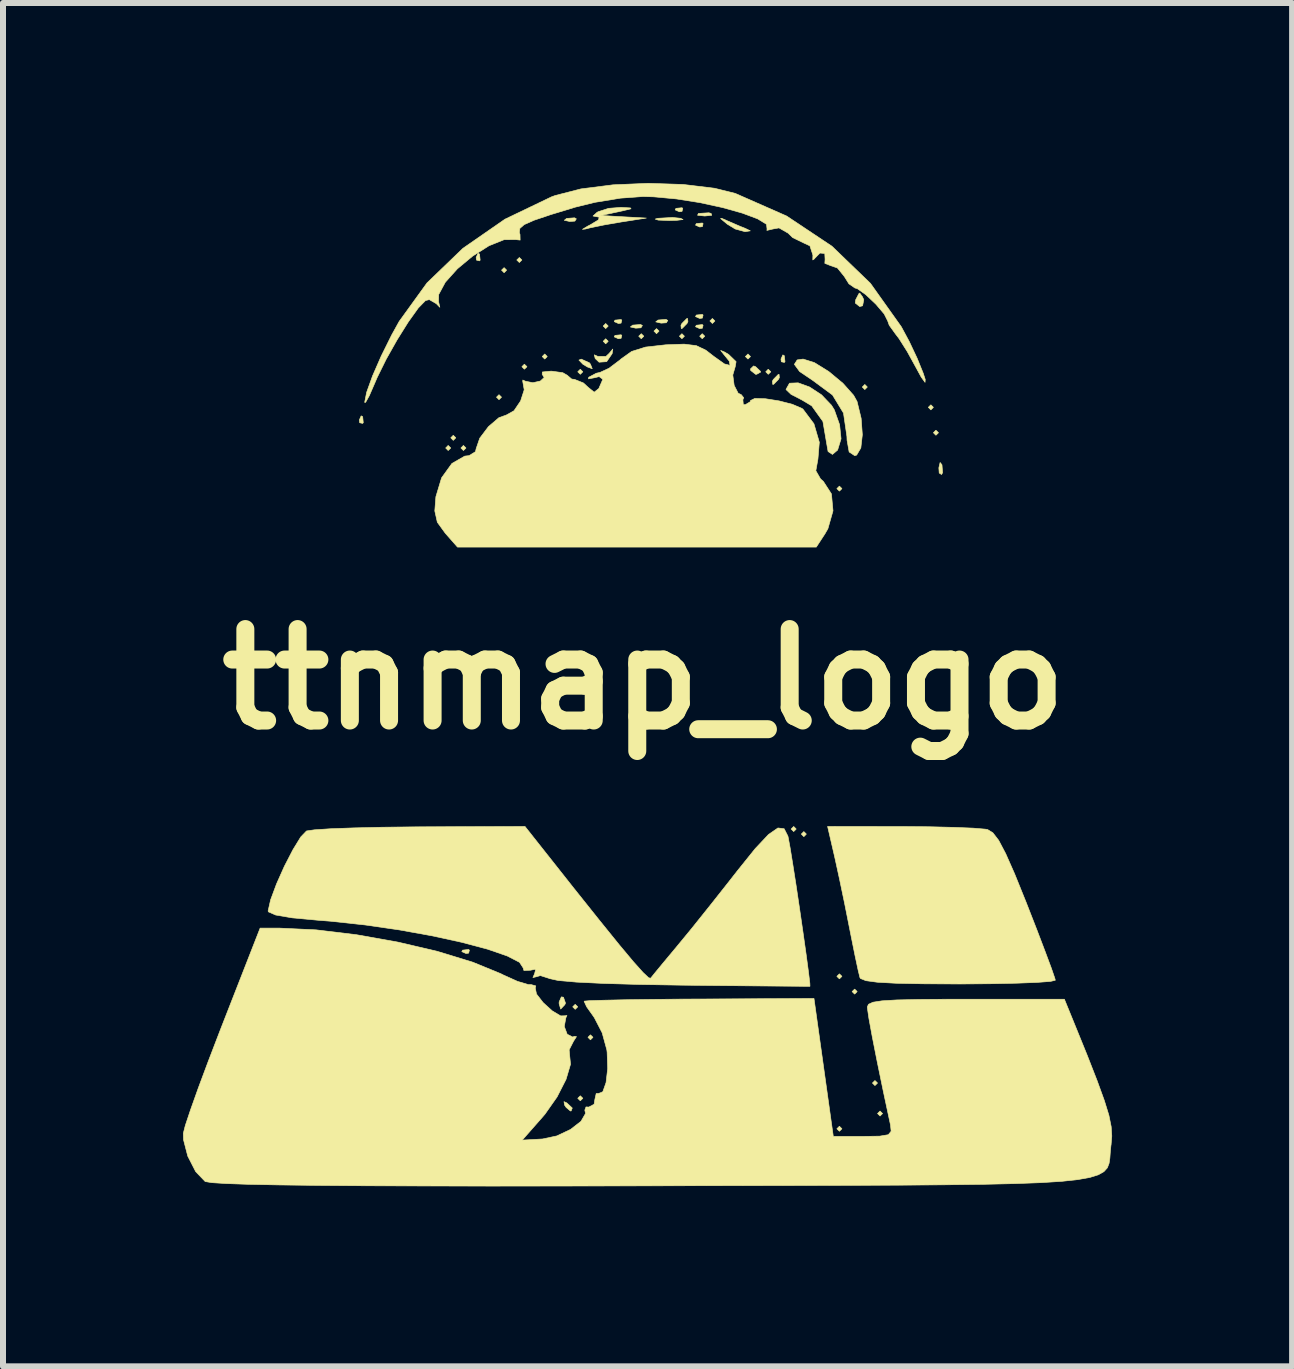
<source format=kicad_pcb>
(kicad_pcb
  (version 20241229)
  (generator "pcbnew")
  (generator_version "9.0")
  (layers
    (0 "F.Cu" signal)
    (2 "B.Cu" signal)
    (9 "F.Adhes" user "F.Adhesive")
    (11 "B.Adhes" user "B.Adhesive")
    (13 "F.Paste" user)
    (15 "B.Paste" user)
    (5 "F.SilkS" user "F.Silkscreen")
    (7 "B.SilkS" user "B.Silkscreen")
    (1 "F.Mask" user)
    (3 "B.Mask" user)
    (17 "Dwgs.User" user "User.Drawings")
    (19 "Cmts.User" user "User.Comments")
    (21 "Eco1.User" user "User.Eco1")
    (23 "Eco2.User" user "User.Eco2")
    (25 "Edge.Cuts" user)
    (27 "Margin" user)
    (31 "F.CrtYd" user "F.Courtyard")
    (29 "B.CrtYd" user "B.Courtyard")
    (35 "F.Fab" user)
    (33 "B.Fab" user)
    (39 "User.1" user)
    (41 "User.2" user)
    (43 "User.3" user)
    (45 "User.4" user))
  (footprint "ttnmap_logo"
    (layer "F.Cu")
    (at 7.679 8.268)
    (property "Reference" "ttnmap_logo" (at 0 0 0) (layer "F.SilkS") (effects (font (size 1.524 1.524) (thickness 0.3))))
    (attr through_hole)
    (fp_poly (pts (xy -3.217 -3.852) (xy -3.26 -3.81) (xy -3.302 -3.852) (xy -3.26 -3.895) (xy -3.217 -3.852)) (stroke (width 0.01) (type solid)) (fill yes) (layer "F.SilkS"))
    (fp_poly (pts (xy -3.133 -4.022) (xy -3.175 -3.979) (xy -3.217 -4.022) (xy -3.175 -4.064) (xy -3.133 -4.022)) (stroke (width 0.01) (type solid)) (fill yes) (layer "F.SilkS"))
    (fp_poly (pts (xy -2.963 -3.852) (xy -3.006 -3.81) (xy -3.048 -3.852) (xy -3.006 -3.895) (xy -2.963 -3.852)) (stroke (width 0.01) (type solid)) (fill yes) (layer "F.SilkS"))
    (fp_poly (pts (xy -2.371 -4.699) (xy -2.413 -4.657) (xy -2.455 -4.699) (xy -2.413 -4.741) (xy -2.371 -4.699)) (stroke (width 0.01) (type solid)) (fill yes) (layer "F.SilkS"))
    (fp_poly (pts (xy -2.286 -6.816) (xy -2.328 -6.773) (xy -2.371 -6.816) (xy -2.328 -6.858) (xy -2.286 -6.816)) (stroke (width 0.01) (type solid)) (fill yes) (layer "F.SilkS"))
    (fp_poly (pts (xy -2.032 -6.985) (xy -2.074 -6.943) (xy -2.117 -6.985) (xy -2.074 -7.027) (xy -2.032 -6.985)) (stroke (width 0.01) (type solid)) (fill yes) (layer "F.SilkS"))
    (fp_poly (pts (xy -1.947 -5.207) (xy -1.99 -5.165) (xy -2.032 -5.207) (xy -1.99 -5.249) (xy -1.947 -5.207)) (stroke (width 0.01) (type solid)) (fill yes) (layer "F.SilkS"))
    (fp_poly (pts (xy -1.609 -5.376) (xy -1.651 -5.334) (xy -1.693 -5.376) (xy -1.651 -5.419) (xy -1.609 -5.376)) (stroke (width 0.01) (type solid)) (fill yes) (layer "F.SilkS"))
    (fp_poly (pts (xy -1.101 5.461) (xy -1.143 5.503) (xy -1.185 5.461) (xy -1.143 5.419) (xy -1.101 5.461)) (stroke (width 0.01) (type solid)) (fill yes) (layer "F.SilkS"))
    (fp_poly (pts (xy -1.016 -5.122) (xy -1.058 -5.08) (xy -1.101 -5.122) (xy -1.058 -5.165) (xy -1.016 -5.122)) (stroke (width 0.01) (type solid)) (fill yes) (layer "F.SilkS"))
    (fp_poly (pts (xy -1.016 6.985) (xy -1.058 7.027) (xy -1.101 6.985) (xy -1.058 6.943) (xy -1.016 6.985)) (stroke (width 0.01) (type solid)) (fill yes) (layer "F.SilkS"))
    (fp_poly (pts (xy -0.847 5.969) (xy -0.889 6.011) (xy -0.931 5.969) (xy -0.889 5.927) (xy -0.847 5.969)) (stroke (width 0.01) (type solid)) (fill yes) (layer "F.SilkS"))
    (fp_poly (pts (xy -0.593 -5.884) (xy -0.635 -5.842) (xy -0.677 -5.884) (xy -0.635 -5.927) (xy -0.593 -5.884)) (stroke (width 0.01) (type solid)) (fill yes) (layer "F.SilkS"))
    (fp_poly (pts (xy -0.593 -5.63) (xy -0.635 -5.588) (xy -0.677 -5.63) (xy -0.635 -5.673) (xy -0.593 -5.63)) (stroke (width 0.01) (type solid)) (fill yes) (layer "F.SilkS"))
    (fp_poly (pts (xy 0 -5.715) (xy -0.042 -5.673) (xy -0.085 -5.715) (xy -0.042 -5.757) (xy 0 -5.715)) (stroke (width 0.01) (type solid)) (fill yes) (layer "F.SilkS"))
    (fp_poly (pts (xy 0.254 -5.8) (xy 0.212 -5.757) (xy 0.169 -5.8) (xy 0.212 -5.842) (xy 0.254 -5.8)) (stroke (width 0.01) (type solid)) (fill yes) (layer "F.SilkS"))
    (fp_poly (pts (xy 0.677 -5.715) (xy 0.635 -5.673) (xy 0.593 -5.715) (xy 0.635 -5.757) (xy 0.677 -5.715)) (stroke (width 0.01) (type solid)) (fill yes) (layer "F.SilkS"))
    (fp_poly (pts (xy 1.016 -5.715) (xy 0.974 -5.673) (xy 0.931 -5.715) (xy 0.974 -5.757) (xy 1.016 -5.715)) (stroke (width 0.01) (type solid)) (fill yes) (layer "F.SilkS"))
    (fp_poly (pts (xy 1.185 -5.969) (xy 1.143 -5.927) (xy 1.101 -5.969) (xy 1.143 -6.011) (xy 1.185 -5.969)) (stroke (width 0.01) (type solid)) (fill yes) (layer "F.SilkS"))
    (fp_poly (pts (xy 1.778 -5.376) (xy 1.736 -5.334) (xy 1.693 -5.376) (xy 1.736 -5.419) (xy 1.778 -5.376)) (stroke (width 0.01) (type solid)) (fill yes) (layer "F.SilkS"))
    (fp_poly (pts (xy 2.117 -5.122) (xy 2.074 -5.08) (xy 2.032 -5.122) (xy 2.074 -5.165) (xy 2.117 -5.122)) (stroke (width 0.01) (type solid)) (fill yes) (layer "F.SilkS"))
    (fp_poly (pts (xy 2.54 2.498) (xy 2.498 2.54) (xy 2.455 2.498) (xy 2.498 2.455) (xy 2.54 2.498)) (stroke (width 0.01) (type solid)) (fill yes) (layer "F.SilkS"))
    (fp_poly (pts (xy 2.709 2.582) (xy 2.667 2.625) (xy 2.625 2.582) (xy 2.667 2.54) (xy 2.709 2.582)) (stroke (width 0.01) (type solid)) (fill yes) (layer "F.SilkS"))
    (fp_poly (pts (xy 3.302 -3.175) (xy 3.26 -3.133) (xy 3.217 -3.175) (xy 3.26 -3.217) (xy 3.302 -3.175)) (stroke (width 0.01) (type solid)) (fill yes) (layer "F.SilkS"))
    (fp_poly (pts (xy 3.302 4.953) (xy 3.26 4.995) (xy 3.217 4.953) (xy 3.26 4.911) (xy 3.302 4.953)) (stroke (width 0.01) (type solid)) (fill yes) (layer "F.SilkS"))
    (fp_poly (pts (xy 3.302 7.493) (xy 3.26 7.535) (xy 3.217 7.493) (xy 3.26 7.451) (xy 3.302 7.493)) (stroke (width 0.01) (type solid)) (fill yes) (layer "F.SilkS"))
    (fp_poly (pts (xy 3.556 5.207) (xy 3.514 5.249) (xy 3.471 5.207) (xy 3.514 5.165) (xy 3.556 5.207)) (stroke (width 0.01) (type solid)) (fill yes) (layer "F.SilkS"))
    (fp_poly (pts (xy 3.725 -4.868) (xy 3.683 -4.826) (xy 3.641 -4.868) (xy 3.683 -4.911) (xy 3.725 -4.868)) (stroke (width 0.01) (type solid)) (fill yes) (layer "F.SilkS"))
    (fp_poly (pts (xy 3.895 6.731) (xy 3.852 6.773) (xy 3.81 6.731) (xy 3.852 6.689) (xy 3.895 6.731)) (stroke (width 0.01) (type solid)) (fill yes) (layer "F.SilkS"))
    (fp_poly (pts (xy 3.979 7.239) (xy 3.937 7.281) (xy 3.895 7.239) (xy 3.937 7.197) (xy 3.979 7.239)) (stroke (width 0.01) (type solid)) (fill yes) (layer "F.SilkS"))
    (fp_poly (pts (xy 4.826 -4.53) (xy 4.784 -4.487) (xy 4.741 -4.53) (xy 4.784 -4.572) (xy 4.826 -4.53)) (stroke (width 0.01) (type solid)) (fill yes) (layer "F.SilkS"))
    (fp_poly (pts (xy 4.911 -4.106) (xy 4.868 -4.064) (xy 4.826 -4.106) (xy 4.868 -4.149) (xy 4.911 -4.106)) (stroke (width 0.01) (type solid)) (fill yes) (layer "F.SilkS"))
    (fp_poly (pts (xy -4.685 -4.374) (xy -4.675 -4.274) (xy -4.685 -4.262) (xy -4.735 -4.273) (xy -4.741 -4.318) (xy -4.71 -4.388) (xy -4.685 -4.374)) (stroke (width 0.01) (type solid)) (fill yes) (layer "F.SilkS"))
    (fp_poly (pts (xy -2.907 4.516) (xy -2.919 4.566) (xy -2.963 4.572) (xy -3.033 4.541) (xy -3.02 4.516) (xy -2.919 4.505) (xy -2.907 4.516)) (stroke (width 0.01) (type solid)) (fill yes) (layer "F.SilkS"))
    (fp_poly (pts (xy -2.738 -7.084) (xy -2.727 -6.983) (xy -2.738 -6.971) (xy -2.788 -6.983) (xy -2.794 -7.027) (xy -2.763 -7.097) (xy -2.738 -7.084)) (stroke (width 0.01) (type solid)) (fill yes) (layer "F.SilkS"))
    (fp_poly (pts (xy -1.124 -7.671) (xy -1.149 -7.633) (xy -1.235 -7.627) (xy -1.325 -7.647) (xy -1.286 -7.678) (xy -1.154 -7.688) (xy -1.124 -7.671)) (stroke (width 0.01) (type solid)) (fill yes) (layer "F.SilkS"))
    (fp_poly (pts (xy -0.367 -5.983) (xy -0.379 -5.933) (xy -0.423 -5.927) (xy -0.493 -5.958) (xy -0.48 -5.983) (xy -0.379 -5.993) (xy -0.367 -5.983)) (stroke (width 0.01) (type solid)) (fill yes) (layer "F.SilkS"))
    (fp_poly (pts (xy -0.367 -5.729) (xy -0.379 -5.679) (xy -0.423 -5.673) (xy -0.493 -5.704) (xy -0.48 -5.729) (xy -0.379 -5.739) (xy -0.367 -5.729)) (stroke (width 0.01) (type solid)) (fill yes) (layer "F.SilkS"))
    (fp_poly (pts (xy -0.023 -5.893) (xy -0.048 -5.855) (xy -0.134 -5.849) (xy -0.224 -5.869) (xy -0.185 -5.9) (xy -0.053 -5.91) (xy -0.023 -5.893)) (stroke (width 0.01) (type solid)) (fill yes) (layer "F.SilkS"))
    (fp_poly (pts (xy 0.4 -5.978) (xy 0.375 -5.939) (xy 0.289 -5.933) (xy 0.199 -5.954) (xy 0.238 -5.985) (xy 0.37 -5.995) (xy 0.4 -5.978)) (stroke (width 0.01) (type solid)) (fill yes) (layer "F.SilkS"))
    (fp_poly (pts (xy 0.649 -7.846) (xy 0.637 -7.795) (xy 0.593 -7.789) (xy 0.523 -7.82) (xy 0.536 -7.846) (xy 0.637 -7.856) (xy 0.649 -7.846)) (stroke (width 0.01) (type solid)) (fill yes) (layer "F.SilkS"))
    (fp_poly (pts (xy 0.988 -7.592) (xy 0.976 -7.541) (xy 0.931 -7.535) (xy 0.862 -7.566) (xy 0.875 -7.592) (xy 0.975 -7.602) (xy 0.988 -7.592)) (stroke (width 0.01) (type solid)) (fill yes) (layer "F.SilkS"))
    (fp_poly (pts (xy 0.988 -6.068) (xy 0.976 -6.017) (xy 0.931 -6.011) (xy 0.862 -6.042) (xy 0.875 -6.068) (xy 0.975 -6.078) (xy 0.988 -6.068)) (stroke (width 0.01) (type solid)) (fill yes) (layer "F.SilkS"))
    (fp_poly (pts (xy 0.988 -5.898) (xy 0.976 -5.848) (xy 0.931 -5.842) (xy 0.862 -5.873) (xy 0.875 -5.898) (xy 0.975 -5.909) (xy 0.988 -5.898)) (stroke (width 0.01) (type solid)) (fill yes) (layer "F.SilkS"))
    (fp_poly (pts (xy 1.122 -7.761) (xy 1.132 -7.73) (xy 1.016 -7.718) (xy 0.896 -7.731) (xy 0.91 -7.761) (xy 1.084 -7.772) (xy 1.122 -7.761)) (stroke (width 0.01) (type solid)) (fill yes) (layer "F.SilkS"))
    (fp_poly (pts (xy 2.342 -5.39) (xy 2.353 -5.29) (xy 2.342 -5.278) (xy 2.292 -5.289) (xy 2.286 -5.334) (xy 2.317 -5.404) (xy 2.342 -5.39)) (stroke (width 0.01) (type solid)) (fill yes) (layer "F.SilkS"))
    (fp_poly (pts (xy 4.969 -3.572) (xy 4.979 -3.44) (xy 4.962 -3.41) (xy 4.923 -3.435) (xy 4.917 -3.521) (xy 4.938 -3.611) (xy 4.969 -3.572)) (stroke (width 0.01) (type solid)) (fill yes) (layer "F.SilkS"))
    (fp_poly (pts (xy -1.339 5.301) (xy -1.305 5.399) (xy -1.316 5.425) (xy -1.385 5.498) (xy -1.411 5.411) (xy -1.411 5.38) (xy -1.374 5.295) (xy -1.339 5.301)) (stroke (width 0.01) (type solid)) (fill yes) (layer "F.SilkS"))
    (fp_poly (pts (xy -1.283 7.062) (xy -1.192 7.147) (xy -1.211 7.196) (xy -1.223 7.197) (xy -1.294 7.137) (xy -1.32 7.099) (xy -1.33 7.041) (xy -1.283 7.062)) (stroke (width 0.01) (type solid)) (fill yes) (layer "F.SilkS"))
    (fp_poly (pts (xy -0.907 -5.272) (xy -0.889 -5.249) (xy -0.859 -5.173) (xy -0.939 -5.202) (xy -1.016 -5.249) (xy -1.081 -5.317) (xy -1.042 -5.333) (xy -0.907 -5.272)) (stroke (width 0.01) (type solid)) (fill yes) (layer "F.SilkS"))
    (fp_poly (pts (xy 0.614 -7.68) (xy 0.654 -7.659) (xy 0.548 -7.646) (xy 0.423 -7.643) (xy 0.24 -7.65) (xy 0.19 -7.667) (xy 0.233 -7.68) (xy 0.48 -7.694) (xy 0.614 -7.68)) (stroke (width 0.01) (type solid)) (fill yes) (layer "F.SilkS"))
    (fp_poly (pts (xy 0.735 -5.957) (xy 0.72 -5.927) (xy 0.64 -5.846) (xy 0.625 -5.842) (xy 0.619 -5.897) (xy 0.635 -5.927) (xy 0.715 -6.008) (xy 0.73 -6.011) (xy 0.735 -5.957)) (stroke (width 0.01) (type solid)) (fill yes) (layer "F.SilkS"))
    (fp_poly (pts (xy 1.863 -5.207) (xy 1.943 -5.131) (xy 1.947 -5.117) (xy 1.882 -5.081) (xy 1.863 -5.08) (xy 1.781 -5.145) (xy 1.778 -5.17) (xy 1.83 -5.22) (xy 1.863 -5.207)) (stroke (width 0.01) (type solid)) (fill yes) (layer "F.SilkS"))
    (fp_poly (pts (xy 2.259 -5.025) (xy 2.244 -4.995) (xy 2.164 -4.914) (xy 2.149 -4.911) (xy 2.143 -4.965) (xy 2.159 -4.995) (xy 2.239 -5.076) (xy 2.254 -5.08) (xy 2.259 -5.025)) (stroke (width 0.01) (type solid)) (fill yes) (layer "F.SilkS"))
    (fp_poly (pts (xy 3.645 -6.37) (xy 3.666 -6.322) (xy 3.646 -6.222) (xy 3.598 -6.209) (xy 3.524 -6.268) (xy 3.531 -6.322) (xy 3.584 -6.424) (xy 3.598 -6.435) (xy 3.645 -6.37)) (stroke (width 0.01) (type solid)) (fill yes) (layer "F.SilkS"))
    (fp_poly (pts (xy -0.527 -5.427) (xy -0.528 -5.424) (xy -0.619 -5.291) (xy -0.745 -5.282) (xy -0.81 -5.343) (xy -0.825 -5.405) (xy -0.766 -5.379) (xy -0.631 -5.378) (xy -0.577 -5.429) (xy -0.517 -5.501) (xy -0.527 -5.427)) (stroke (width 0.01) (type solid)) (fill yes) (layer "F.SilkS"))
    (fp_poly (pts (xy 1.397 -7.636) (xy 1.596 -7.55) (xy 1.693 -7.511) (xy 1.775 -7.471) (xy 1.692 -7.458) (xy 1.688 -7.457) (xy 1.523 -7.502) (xy 1.392 -7.582) (xy 1.279 -7.676) (xy 1.3 -7.679) (xy 1.397 -7.636)) (stroke (width 0.01) (type solid)) (fill yes) (layer "F.SilkS"))
    (fp_poly (pts (xy 2.764 -4.868) (xy 2.962 -4.738) (xy 3.127 -4.565) (xy 3.175 -4.488) (xy 3.263 -4.24) (xy 3.287 -4.008) (xy 3.286 -4.001) (xy 3.23 -3.818) (xy 3.144 -3.745) (xy 3.071 -3.793) (xy 3.048 -3.924) (xy 2.985 -4.294) (xy 2.798 -4.555) (xy 2.632 -4.654) (xy 2.454 -4.746) (xy 2.371 -4.825) (xy 2.371 -4.831) (xy 2.428 -4.932) (xy 2.572 -4.938) (xy 2.764 -4.868)) (stroke (width 0.01) (type solid)) (fill yes) (layer "F.SilkS"))
    (fp_poly (pts (xy 2.843 -5.275) (xy 3.083 -5.126) (xy 3.319 -4.93) (xy 3.497 -4.73) (xy 3.554 -4.627) (xy 3.622 -4.347) (xy 3.642 -4.073) (xy 3.617 -3.853) (xy 3.547 -3.734) (xy 3.514 -3.725) (xy 3.422 -3.786) (xy 3.387 -3.982) (xy 3.385 -4.043) (xy 3.328 -4.434) (xy 3.145 -4.735) (xy 2.815 -4.979) (xy 2.812 -4.981) (xy 2.597 -5.126) (xy 2.509 -5.246) (xy 2.556 -5.32) (xy 2.655 -5.334) (xy 2.843 -5.275)) (stroke (width 0.01) (type solid)) (fill yes) (layer "F.SilkS"))
    (fp_poly (pts (xy -0.222 -7.853) (xy -0.213 -7.838) (xy -0.36 -7.803) (xy -0.423 -7.789) (xy -0.72 -7.727) (xy -0.339 -7.705) (xy 0.042 -7.684) (xy -0.381 -7.618) (xy -0.664 -7.569) (xy -0.9 -7.52) (xy -0.974 -7.501) (xy -1.023 -7.496) (xy -0.934 -7.55) (xy -0.889 -7.573) (xy -0.754 -7.655) (xy -0.745 -7.7) (xy -0.762 -7.702) (xy -0.846 -7.718) (xy -0.783 -7.776) (xy -0.762 -7.789) (xy -0.587 -7.846) (xy -0.381 -7.862) (xy -0.222 -7.853)) (stroke (width 0.01) (type solid)) (fill yes) (layer "F.SilkS"))
    (fp_poly (pts (xy 4.304 2.456) (xy 4.76 2.46) (xy 5.167 2.47) (xy 5.49 2.483) (xy 5.692 2.5) (xy 5.73 2.507) (xy 5.817 2.56) (xy 5.914 2.686) (xy 6.031 2.908) (xy 6.18 3.245) (xy 6.372 3.72) (xy 6.386 3.756) (xy 6.55 4.176) (xy 6.689 4.541) (xy 6.793 4.82) (xy 6.85 4.986) (xy 6.858 5.018) (xy 6.778 5.037) (xy 6.554 5.054) (xy 6.213 5.067) (xy 5.781 5.076) (xy 5.283 5.08) (xy 5.247 5.08) (xy 4.648 5.077) (xy 4.202 5.068) (xy 3.892 5.051) (xy 3.701 5.025) (xy 3.612 4.989) (xy 3.602 4.974) (xy 3.571 4.847) (xy 3.518 4.598) (xy 3.453 4.275) (xy 3.428 4.149) (xy 3.347 3.741) (xy 3.26 3.325) (xy 3.185 2.982) (xy 3.176 2.942) (xy 3.063 2.455) (xy 4.304 2.456)) (stroke (width 0.01) (type solid)) (fill yes) (layer "F.SilkS"))
    (fp_poly (pts (xy -1.159 3.493) (xy -0.739 4.019) (xy -0.414 4.421) (xy -0.175 4.707) (xy -0.012 4.889) (xy 0.082 4.977) (xy 0.114 4.984) (xy 0.174 4.909) (xy 0.315 4.738) (xy 0.51 4.504) (xy 0.559 4.445) (xy 0.801 4.151) (xy 1.097 3.781) (xy 1.403 3.394) (xy 1.558 3.196) (xy 1.857 2.824) (xy 2.079 2.588) (xy 2.236 2.48) (xy 2.339 2.493) (xy 2.402 2.617) (xy 2.408 2.646) (xy 2.439 2.814) (xy 2.484 3.092) (xy 2.539 3.443) (xy 2.597 3.833) (xy 2.654 4.225) (xy 2.705 4.585) (xy 2.744 4.877) (xy 2.767 5.066) (xy 2.769 5.119) (xy 2.684 5.119) (xy 2.451 5.117) (xy 2.096 5.114) (xy 1.64 5.11) (xy 1.106 5.105) (xy 0.642 5.1) (xy -0.08 5.088) (xy -0.671 5.071) (xy -1.123 5.049) (xy -1.426 5.022) (xy -1.57 4.991) (xy -1.577 4.987) (xy -1.724 4.94) (xy -1.787 4.959) (xy -1.848 4.973) (xy -1.82 4.909) (xy -1.801 4.833) (xy -1.89 4.851) (xy -1.998 4.856) (xy -2.01 4.813) (xy -2.071 4.719) (xy -2.277 4.613) (xy -2.604 4.5) (xy -3.028 4.387) (xy -3.526 4.278) (xy -4.074 4.179) (xy -4.648 4.096) (xy -5.224 4.034) (xy -5.44 4.017) (xy -5.859 3.978) (xy -6.135 3.931) (xy -6.256 3.878) (xy -6.261 3.863) (xy -6.219 3.677) (xy -6.121 3.413) (xy -5.99 3.119) (xy -5.847 2.842) (xy -5.717 2.63) (xy -5.621 2.53) (xy -5.621 2.53) (xy -5.49 2.511) (xy -5.219 2.493) (xy -4.834 2.479) (xy -4.364 2.468) (xy -3.838 2.462) (xy -3.721 2.461) (xy -1.98 2.455) (xy -1.159 3.493)) (stroke (width 0.01) (type solid)) (fill yes) (layer "F.SilkS"))
    (fp_poly (pts (xy 0.875 -5.558) (xy 1.034 -5.482) (xy 1.168 -5.378) (xy 1.344 -5.253) (xy 1.437 -5.229) (xy 1.424 -5.3) (xy 1.333 -5.412) (xy 1.281 -5.478) (xy 1.347 -5.451) (xy 1.414 -5.411) (xy 1.538 -5.291) (xy 1.523 -5.206) (xy 1.483 -5.069) (xy 1.506 -4.895) (xy 1.573 -4.765) (xy 1.624 -4.741) (xy 1.665 -4.689) (xy 1.651 -4.657) (xy 1.658 -4.579) (xy 1.688 -4.572) (xy 1.775 -4.624) (xy 1.778 -4.643) (xy 1.85 -4.678) (xy 2.027 -4.673) (xy 2.255 -4.637) (xy 2.476 -4.58) (xy 2.635 -4.512) (xy 2.653 -4.499) (xy 2.835 -4.256) (xy 2.925 -3.948) (xy 2.902 -3.668) (xy 2.867 -3.473) (xy 2.946 -3.336) (xy 2.992 -3.296) (xy 3.127 -3.087) (xy 3.153 -2.805) (xy 3.068 -2.507) (xy 3.018 -2.42) (xy 2.875 -2.201) (xy -3.105 -2.201) (xy -3.31 -2.434) (xy -3.441 -2.615) (xy -3.483 -2.803) (xy -3.465 -3.04) (xy -3.37 -3.355) (xy -3.198 -3.594) (xy -2.984 -3.717) (xy -2.912 -3.725) (xy -2.805 -3.791) (xy -2.794 -3.841) (xy -2.734 -4.016) (xy -2.589 -4.208) (xy -2.415 -4.357) (xy -2.288 -4.403) (xy -2.163 -4.473) (xy -2.053 -4.636) (xy -1.993 -4.822) (xy -2.017 -4.959) (xy -2.018 -4.959) (xy -2.016 -4.985) (xy -1.976 -4.966) (xy -1.849 -4.94) (xy -1.724 -4.968) (xy -1.66 -5.027) (xy -1.693 -5.08) (xy -1.691 -5.119) (xy -1.556 -5.132) (xy -1.531 -5.132) (xy -1.35 -5.107) (xy -1.27 -5.061) (xy -1.27 -5.059) (xy -1.202 -5.001) (xy -1.153 -4.995) (xy -1.006 -4.936) (xy -0.928 -4.864) (xy -0.827 -4.782) (xy -0.75 -4.843) (xy -0.683 -4.997) (xy -0.744 -5.042) (xy -0.826 -5.022) (xy -0.922 -5.004) (xy -0.918 -5.031) (xy -0.792 -5.098) (xy -0.729 -5.112) (xy -0.58 -5.181) (xy -0.395 -5.321) (xy -0.38 -5.335) (xy -0.203 -5.461) (xy 0.029 -5.534) (xy 0.367 -5.572) (xy 0.673 -5.583) (xy 0.875 -5.558)) (stroke (width 0.01) (type solid)) (fill yes) (layer "F.SilkS"))
    (fp_poly (pts (xy 0.656 -8.244) (xy 1.178 -8.181) (xy 1.524 -8.095) (xy 2.38 -7.718) (xy 3.135 -7.215) (xy 3.776 -6.597) (xy 4.291 -5.873) (xy 4.424 -5.626) (xy 4.555 -5.348) (xy 4.656 -5.099) (xy 4.69 -4.995) (xy 4.687 -4.946) (xy 4.624 -5.032) (xy 4.533 -5.199) (xy 4.389 -5.461) (xy 4.253 -5.676) (xy 4.192 -5.756) (xy 4.09 -5.898) (xy 4.064 -5.971) (xy 4.006 -6.086) (xy 3.866 -6.25) (xy 3.699 -6.408) (xy 3.557 -6.508) (xy 3.518 -6.519) (xy 3.418 -6.588) (xy 3.342 -6.71) (xy 3.227 -6.852) (xy 3.117 -6.89) (xy 3.017 -6.929) (xy 3.021 -6.996) (xy 3.016 -7.094) (xy 2.935 -7.101) (xy 2.848 -7.012) (xy 2.846 -7.006) (xy 2.816 -6.986) (xy 2.818 -7.067) (xy 2.768 -7.221) (xy 2.669 -7.267) (xy 2.48 -7.359) (xy 2.406 -7.432) (xy 2.253 -7.52) (xy 2.153 -7.502) (xy 2.051 -7.478) (xy 2.054 -7.501) (xy 2.045 -7.58) (xy 1.897 -7.671) (xy 1.643 -7.766) (xy 1.312 -7.859) (xy 0.935 -7.941) (xy 0.542 -8.003) (xy 0.164 -8.038) (xy -0.014 -8.043) (xy -0.387 -8.016) (xy -0.815 -7.946) (xy -1.141 -7.866) (xy -1.555 -7.74) (xy -1.831 -7.647) (xy -1.993 -7.575) (xy -2.066 -7.511) (xy -2.074 -7.444) (xy -2.063 -7.41) (xy -2.061 -7.317) (xy -2.133 -7.325) (xy -2.327 -7.324) (xy -2.579 -7.223) (xy -2.851 -7.051) (xy -3.107 -6.838) (xy -3.308 -6.614) (xy -3.418 -6.41) (xy -3.421 -6.294) (xy -3.399 -6.197) (xy -3.45 -6.249) (xy -3.454 -6.255) (xy -3.575 -6.325) (xy -3.638 -6.309) (xy -3.757 -6.187) (xy -3.924 -5.954) (xy -4.111 -5.655) (xy -4.293 -5.332) (xy -4.443 -5.028) (xy -4.482 -4.937) (xy -4.574 -4.725) (xy -4.636 -4.613) (xy -4.652 -4.612) (xy -4.619 -4.78) (xy -4.521 -5.052) (xy -4.376 -5.384) (xy -4.202 -5.735) (xy -4.077 -5.961) (xy -3.613 -6.603) (xy -3.015 -7.179) (xy -2.314 -7.665) (xy -1.539 -8.037) (xy -1.476 -8.06) (xy -1.048 -8.17) (xy -0.513 -8.238) (xy 0.074 -8.263) (xy 0.656 -8.244)) (stroke (width 0.01) (type solid)) (fill yes) (layer "F.SilkS"))
    (fp_poly (pts (xy -5.462 4.178) (xy -4.789 4.259) (xy -4.099 4.382) (xy -3.438 4.537) (xy -2.85 4.717) (xy -2.382 4.909) (xy -2.343 4.929) (xy -2.109 5.035) (xy -1.925 5.09) (xy -1.875 5.091) (xy -1.8 5.112) (xy -1.809 5.146) (xy -1.788 5.248) (xy -1.677 5.391) (xy -1.526 5.528) (xy -1.385 5.612) (xy -1.314 5.61) (xy -1.281 5.605) (xy -1.299 5.644) (xy -1.325 5.788) (xy -1.277 5.917) (xy -1.185 5.964) (xy -1.155 5.952) (xy -1.122 5.958) (xy -1.171 6.034) (xy -1.244 6.177) (xy -1.238 6.248) (xy -1.221 6.417) (xy -1.296 6.67) (xy -1.445 6.962) (xy -1.648 7.251) (xy -1.692 7.302) (xy -2.026 7.682) (xy -1.687 7.663) (xy -1.449 7.612) (xy -1.221 7.504) (xy -1.047 7.369) (xy -0.971 7.238) (xy -0.983 7.182) (xy -0.963 7.129) (xy -0.916 7.131) (xy -0.828 7.084) (xy -0.816 7.007) (xy -0.793 6.905) (xy -0.755 6.905) (xy -0.683 6.876) (xy -0.629 6.723) (xy -0.602 6.49) (xy -0.611 6.22) (xy -0.616 6.178) (xy -0.694 5.894) (xy -0.824 5.642) (xy -0.839 5.62) (xy -0.952 5.461) (xy -0.994 5.371) (xy -0.992 5.366) (xy -0.903 5.358) (xy -0.67 5.351) (xy -0.316 5.343) (xy 0.135 5.337) (xy 0.657 5.332) (xy 0.935 5.331) (xy 2.836 5.321) (xy 2.997 6.471) (xy 3.158 7.62) (xy 3.655 7.62) (xy 3.931 7.616) (xy 4.075 7.592) (xy 4.122 7.534) (xy 4.111 7.429) (xy 3.992 6.872) (xy 3.889 6.373) (xy 3.807 5.958) (xy 3.751 5.652) (xy 3.726 5.48) (xy 3.725 5.462) (xy 3.745 5.418) (xy 3.82 5.384) (xy 3.969 5.361) (xy 4.214 5.346) (xy 4.577 5.338) (xy 5.079 5.334) (xy 5.367 5.334) (xy 7.009 5.334) (xy 7.156 5.694) (xy 7.386 6.26) (xy 7.556 6.695) (xy 7.675 7.023) (xy 7.751 7.269) (xy 7.789 7.458) (xy 7.799 7.614) (xy 7.787 7.762) (xy 7.785 7.771) (xy 7.774 7.884) (xy 7.767 7.983) (xy 7.754 8.069) (xy 7.725 8.144) (xy 7.668 8.207) (xy 7.575 8.26) (xy 7.434 8.304) (xy 7.234 8.34) (xy 6.967 8.369) (xy 6.62 8.391) (xy 6.185 8.407) (xy 5.65 8.419) (xy 5.005 8.427) (xy 4.24 8.433) (xy 3.345 8.436) (xy 2.308 8.439) (xy 1.12 8.441) (xy 0.145 8.444) (xy -1.29 8.447) (xy -2.56 8.448) (xy -3.67 8.446) (xy -4.623 8.443) (xy -5.424 8.437) (xy -6.078 8.429) (xy -6.589 8.419) (xy -6.961 8.406) (xy -7.199 8.391) (xy -7.307 8.373) (xy -7.31 8.372) (xy -7.468 8.207) (xy -7.6 7.949) (xy -7.671 7.675) (xy -7.674 7.569) (xy -7.641 7.439) (xy -7.554 7.178) (xy -7.424 6.813) (xy -7.259 6.371) (xy -7.07 5.878) (xy -7.028 5.77) (xy -6.394 4.149) (xy -6.072 4.149) (xy -5.462 4.178)) (stroke (width 0.01) (type solid)) (fill yes) (layer "F.SilkS")))
  (gr_rect
    (start -3 -3)
    (end 18.483 19.72)
    (stroke (width 0.1) (type default))
    (fill no)
    (layer "Edge.Cuts")))
</source>
